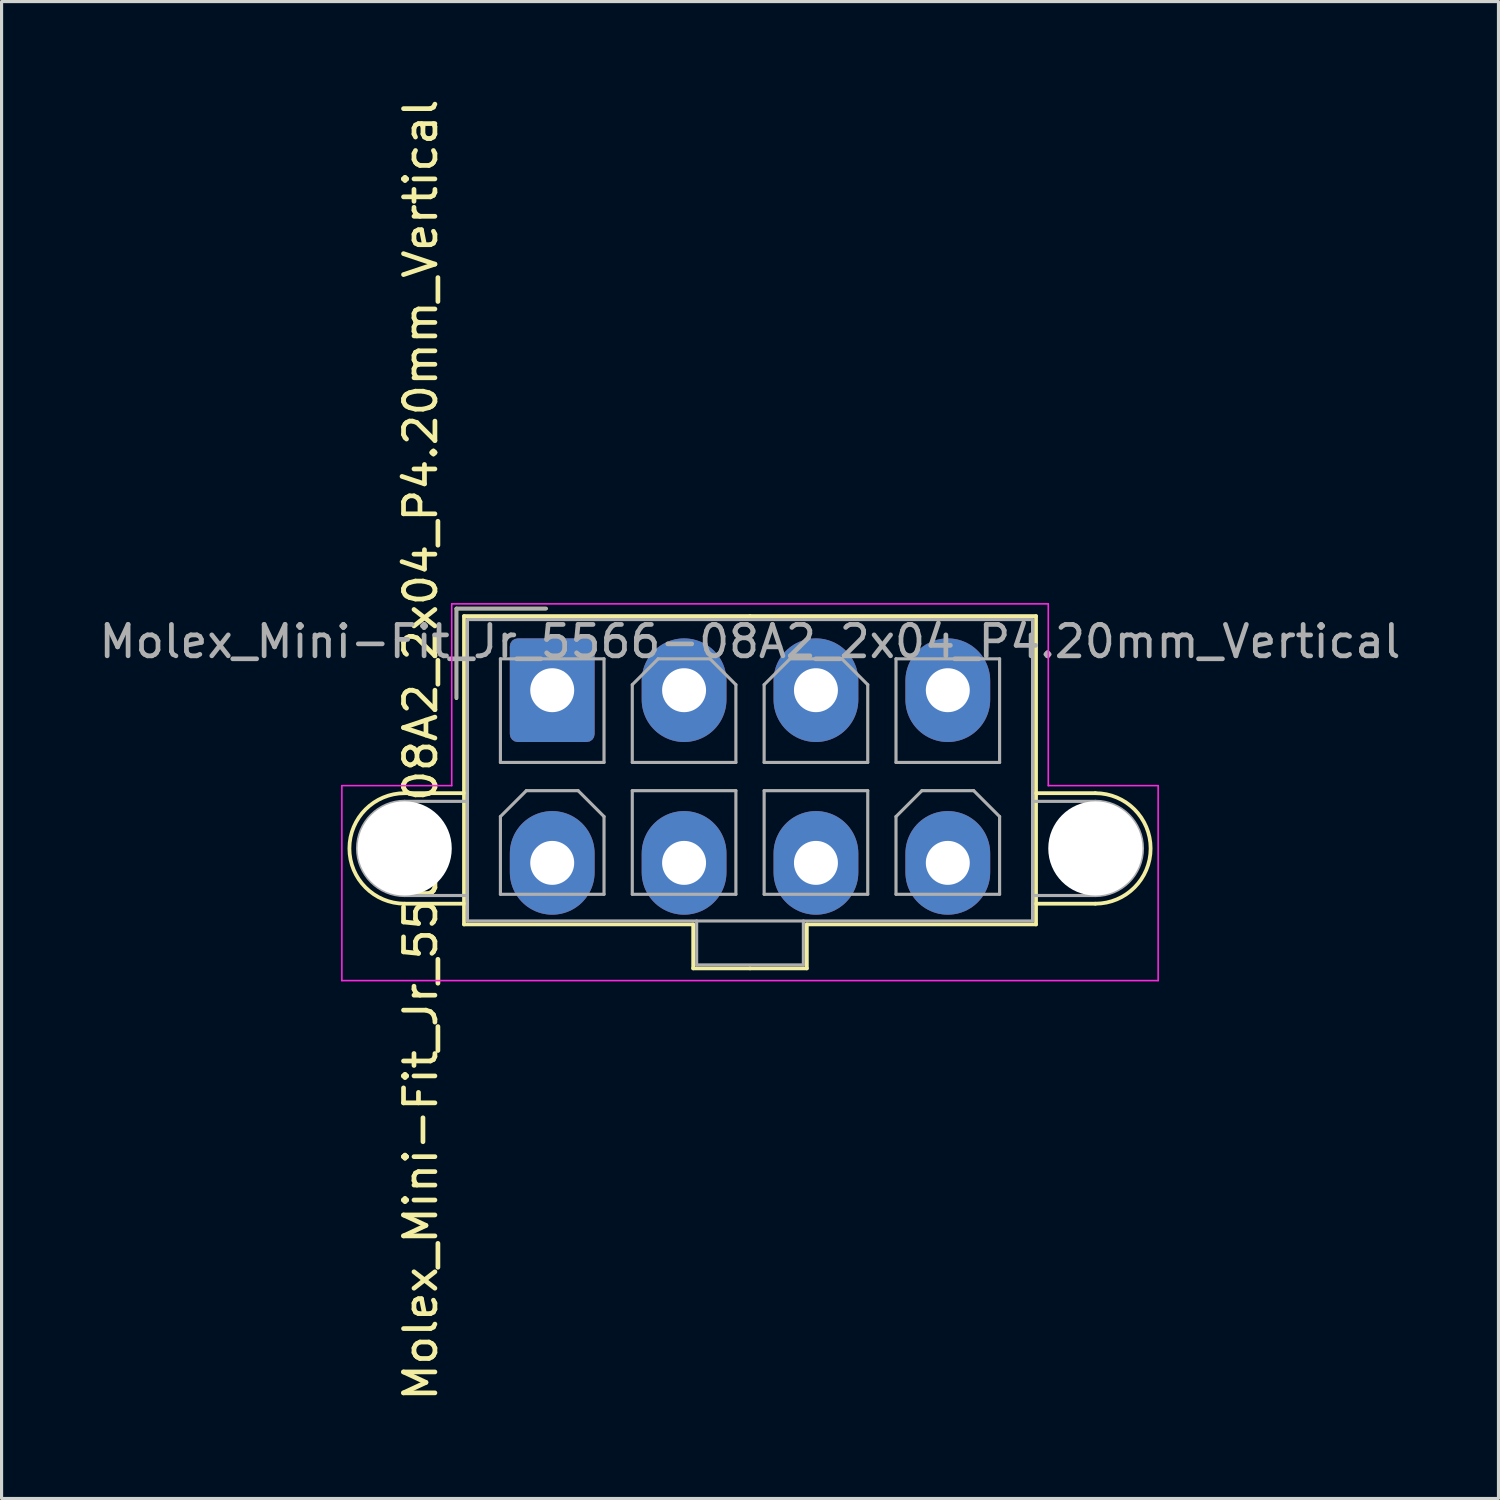
<source format=kicad_pcb>
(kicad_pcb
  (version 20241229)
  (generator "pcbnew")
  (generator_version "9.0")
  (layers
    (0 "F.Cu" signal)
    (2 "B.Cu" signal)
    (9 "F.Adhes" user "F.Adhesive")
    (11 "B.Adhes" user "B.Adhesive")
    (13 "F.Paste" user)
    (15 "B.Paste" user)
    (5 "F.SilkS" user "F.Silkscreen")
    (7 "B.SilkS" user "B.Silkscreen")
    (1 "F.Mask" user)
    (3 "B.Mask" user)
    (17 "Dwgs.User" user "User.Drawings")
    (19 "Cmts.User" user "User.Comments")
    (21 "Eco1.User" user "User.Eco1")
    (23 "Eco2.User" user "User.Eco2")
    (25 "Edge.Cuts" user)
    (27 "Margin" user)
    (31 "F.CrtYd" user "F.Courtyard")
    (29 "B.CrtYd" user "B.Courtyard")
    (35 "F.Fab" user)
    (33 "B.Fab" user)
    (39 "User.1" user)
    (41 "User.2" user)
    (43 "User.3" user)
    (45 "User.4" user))
  (footprint "Molex_Mini-Fit_Jr_5566-08A2_2x04_P4.20mm_Vertical"
    (layer "F.Cu")
    (at 14.539 18.934)
    (property "Reference" "Molex_Mini-Fit_Jr_5566-08A2_2x04_P4.20mm_Vertical" (at -4.191 1.905 90) (layer "F.SilkS") (effects (font (size 1 1) (thickness 0.15))))
    (attr through_hole)
    (fp_line (start -4.7 3.28) (end -2.81 3.28) (stroke (width 0.12) (type solid)) (layer "F.SilkS"))
    (fp_line (start -4.7 6.8) (end -2.81 6.8) (stroke (width 0.12) (type solid)) (layer "F.SilkS"))
    (fp_line (start -3.05 -2.6) (end -3.05 0.25) (stroke (width 0.12) (type solid)) (layer "F.SilkS"))
    (fp_line (start -2.81 -2.36) (end -2.81 7.46) (stroke (width 0.12) (type solid)) (layer "F.SilkS"))
    (fp_line (start -2.81 7.46) (end 4.49 7.46) (stroke (width 0.12) (type solid)) (layer "F.SilkS"))
    (fp_line (start -0.2 -2.6) (end -3.05 -2.6) (stroke (width 0.12) (type solid)) (layer "F.SilkS"))
    (fp_line (start 4.49 7.46) (end 4.49 8.86) (stroke (width 0.12) (type solid)) (layer "F.SilkS"))
    (fp_line (start 4.49 8.86) (end 6.3 8.86) (stroke (width 0.12) (type solid)) (layer "F.SilkS"))
    (fp_line (start 6.3 -2.36) (end -2.81 -2.36) (stroke (width 0.12) (type solid)) (layer "F.SilkS"))
    (fp_line (start 6.3 -2.36) (end 15.41 -2.36) (stroke (width 0.12) (type solid)) (layer "F.SilkS"))
    (fp_line (start 8.11 7.46) (end 8.11 8.86) (stroke (width 0.12) (type solid)) (layer "F.SilkS"))
    (fp_line (start 8.11 8.86) (end 6.3 8.86) (stroke (width 0.12) (type solid)) (layer "F.SilkS"))
    (fp_line (start 15.41 -2.36) (end 15.41 7.46) (stroke (width 0.12) (type solid)) (layer "F.SilkS"))
    (fp_line (start 15.41 7.46) (end 8.11 7.46) (stroke (width 0.12) (type solid)) (layer "F.SilkS"))
    (fp_line (start 17.3 3.28) (end 15.41 3.28) (stroke (width 0.12) (type solid)) (layer "F.SilkS"))
    (fp_line (start 17.3 6.8) (end 15.41 6.8) (stroke (width 0.12) (type solid)) (layer "F.SilkS"))
    (fp_arc (start -4.7 6.8) (mid -6.46 5.04) (end -4.7 3.28) (stroke (width 0.12) (type solid)) (layer "F.SilkS"))
    (fp_arc (start 17.3 3.28) (mid 19.06 5.04) (end 17.3 6.8) (stroke (width 0.12) (type solid)) (layer "F.SilkS"))
    (fp_line (start -6.7 3.04) (end -6.7 9.25) (stroke (width 0.05) (type solid)) (layer "F.CrtYd"))
    (fp_line (start -6.7 9.25) (end 19.3 9.25) (stroke (width 0.05) (type solid)) (layer "F.CrtYd"))
    (fp_line (start -3.2 -2.75) (end -3.2 3.04) (stroke (width 0.05) (type solid)) (layer "F.CrtYd"))
    (fp_line (start -3.2 3.04) (end -6.7 3.04) (stroke (width 0.05) (type solid)) (layer "F.CrtYd"))
    (fp_line (start 15.8 -2.75) (end -3.2 -2.75) (stroke (width 0.05) (type solid)) (layer "F.CrtYd"))
    (fp_line (start 15.8 3.04) (end 15.8 -2.75) (stroke (width 0.05) (type solid)) (layer "F.CrtYd"))
    (fp_line (start 19.3 3.04) (end 15.8 3.04) (stroke (width 0.05) (type solid)) (layer "F.CrtYd"))
    (fp_line (start 19.3 9.25) (end 19.3 3.04) (stroke (width 0.05) (type solid)) (layer "F.CrtYd"))
    (fp_line (start -4.7 3.54) (end -2.7 3.54) (stroke (width 0.1) (type solid)) (layer "F.Fab"))
    (fp_line (start -4.7 6.54) (end -2.7 6.54) (stroke (width 0.1) (type solid)) (layer "F.Fab"))
    (fp_line (start -3.05 -2.6) (end -3.05 0.25) (stroke (width 0.1) (type solid)) (layer "F.Fab"))
    (fp_line (start -2.7 -2.25) (end -2.7 7.35) (stroke (width 0.1) (type solid)) (layer "F.Fab"))
    (fp_line (start -2.7 7.35) (end 15.3 7.35) (stroke (width 0.1) (type solid)) (layer "F.Fab"))
    (fp_line (start -1.65 -1) (end -1.65 2.3) (stroke (width 0.1) (type solid)) (layer "F.Fab"))
    (fp_line (start -1.65 2.3) (end 1.65 2.3) (stroke (width 0.1) (type solid)) (layer "F.Fab"))
    (fp_line (start -1.65 4.025) (end -0.825 3.2) (stroke (width 0.1) (type solid)) (layer "F.Fab"))
    (fp_line (start -1.65 6.5) (end -1.65 4.025) (stroke (width 0.1) (type solid)) (layer "F.Fab"))
    (fp_line (start -0.825 3.2) (end 0.825 3.2) (stroke (width 0.1) (type solid)) (layer "F.Fab"))
    (fp_line (start -0.2 -2.6) (end -3.05 -2.6) (stroke (width 0.1) (type solid)) (layer "F.Fab"))
    (fp_line (start 0.825 3.2) (end 1.65 4.025) (stroke (width 0.1) (type solid)) (layer "F.Fab"))
    (fp_line (start 1.65 -1) (end -1.65 -1) (stroke (width 0.1) (type solid)) (layer "F.Fab"))
    (fp_line (start 1.65 2.3) (end 1.65 -1) (stroke (width 0.1) (type solid)) (layer "F.Fab"))
    (fp_line (start 1.65 4.025) (end 1.65 6.5) (stroke (width 0.1) (type solid)) (layer "F.Fab"))
    (fp_line (start 1.65 6.5) (end -1.65 6.5) (stroke (width 0.1) (type solid)) (layer "F.Fab"))
    (fp_line (start 2.55 -0.175) (end 3.375 -1) (stroke (width 0.1) (type solid)) (layer "F.Fab"))
    (fp_line (start 2.55 2.3) (end 2.55 -0.175) (stroke (width 0.1) (type solid)) (layer "F.Fab"))
    (fp_line (start 2.55 3.2) (end 2.55 6.5) (stroke (width 0.1) (type solid)) (layer "F.Fab"))
    (fp_line (start 2.55 6.5) (end 5.85 6.5) (stroke (width 0.1) (type solid)) (layer "F.Fab"))
    (fp_line (start 3.375 -1) (end 5.025 -1) (stroke (width 0.1) (type solid)) (layer "F.Fab"))
    (fp_line (start 4.6 7.35) (end 4.6 8.75) (stroke (width 0.1) (type solid)) (layer "F.Fab"))
    (fp_line (start 4.6 8.75) (end 8 8.75) (stroke (width 0.1) (type solid)) (layer "F.Fab"))
    (fp_line (start 5.025 -1) (end 5.85 -0.175) (stroke (width 0.1) (type solid)) (layer "F.Fab"))
    (fp_line (start 5.85 -0.175) (end 5.85 2.3) (stroke (width 0.1) (type solid)) (layer "F.Fab"))
    (fp_line (start 5.85 2.3) (end 2.55 2.3) (stroke (width 0.1) (type solid)) (layer "F.Fab"))
    (fp_line (start 5.85 3.2) (end 2.55 3.2) (stroke (width 0.1) (type solid)) (layer "F.Fab"))
    (fp_line (start 5.85 6.5) (end 5.85 3.2) (stroke (width 0.1) (type solid)) (layer "F.Fab"))
    (fp_line (start 6.75 -0.175) (end 7.575 -1) (stroke (width 0.1) (type solid)) (layer "F.Fab"))
    (fp_line (start 6.75 2.3) (end 6.75 -0.175) (stroke (width 0.1) (type solid)) (layer "F.Fab"))
    (fp_line (start 6.75 3.2) (end 6.75 6.5) (stroke (width 0.1) (type solid)) (layer "F.Fab"))
    (fp_line (start 6.75 6.5) (end 10.05 6.5) (stroke (width 0.1) (type solid)) (layer "F.Fab"))
    (fp_line (start 7.575 -1) (end 9.225 -1) (stroke (width 0.1) (type solid)) (layer "F.Fab"))
    (fp_line (start 8 8.75) (end 8 7.35) (stroke (width 0.1) (type solid)) (layer "F.Fab"))
    (fp_line (start 9.225 -1) (end 10.05 -0.175) (stroke (width 0.1) (type solid)) (layer "F.Fab"))
    (fp_line (start 10.05 -0.175) (end 10.05 2.3) (stroke (width 0.1) (type solid)) (layer "F.Fab"))
    (fp_line (start 10.05 2.3) (end 6.75 2.3) (stroke (width 0.1) (type solid)) (layer "F.Fab"))
    (fp_line (start 10.05 3.2) (end 6.75 3.2) (stroke (width 0.1) (type solid)) (layer "F.Fab"))
    (fp_line (start 10.05 6.5) (end 10.05 3.2) (stroke (width 0.1) (type solid)) (layer "F.Fab"))
    (fp_line (start 10.95 -1) (end 10.95 2.3) (stroke (width 0.1) (type solid)) (layer "F.Fab"))
    (fp_line (start 10.95 2.3) (end 14.25 2.3) (stroke (width 0.1) (type solid)) (layer "F.Fab"))
    (fp_line (start 10.95 4.025) (end 11.775 3.2) (stroke (width 0.1) (type solid)) (layer "F.Fab"))
    (fp_line (start 10.95 6.5) (end 10.95 4.025) (stroke (width 0.1) (type solid)) (layer "F.Fab"))
    (fp_line (start 11.775 3.2) (end 13.425 3.2) (stroke (width 0.1) (type solid)) (layer "F.Fab"))
    (fp_line (start 13.425 3.2) (end 14.25 4.025) (stroke (width 0.1) (type solid)) (layer "F.Fab"))
    (fp_line (start 14.25 -1) (end 10.95 -1) (stroke (width 0.1) (type solid)) (layer "F.Fab"))
    (fp_line (start 14.25 2.3) (end 14.25 -1) (stroke (width 0.1) (type solid)) (layer "F.Fab"))
    (fp_line (start 14.25 4.025) (end 14.25 6.5) (stroke (width 0.1) (type solid)) (layer "F.Fab"))
    (fp_line (start 14.25 6.5) (end 10.95 6.5) (stroke (width 0.1) (type solid)) (layer "F.Fab"))
    (fp_line (start 15.3 -2.25) (end -2.7 -2.25) (stroke (width 0.1) (type solid)) (layer "F.Fab"))
    (fp_line (start 15.3 7.35) (end 15.3 -2.25) (stroke (width 0.1) (type solid)) (layer "F.Fab"))
    (fp_line (start 17.3 3.54) (end 15.3 3.54) (stroke (width 0.1) (type solid)) (layer "F.Fab"))
    (fp_line (start 17.3 6.54) (end 15.3 6.54) (stroke (width 0.1) (type solid)) (layer "F.Fab"))
    (fp_arc (start -4.7 6.54) (mid -6.2 5.04) (end -4.7 3.54) (stroke (width 0.1) (type solid)) (layer "F.Fab"))
    (fp_arc (start 17.3 3.54) (mid 18.8 5.04) (end 17.3 6.54) (stroke (width 0.1) (type solid)) (layer "F.Fab"))
    (fp_text user "${REFERENCE}" (at 6.3 -1.55 180) (layer "F.Fab") (effects (font (size 1 1) (thickness 0.15))))
    (pad "" np_thru_hole circle (at -4.7 5.04) (size 3 3) (drill 3) (layers "*.Cu" "*.Mask"))
    (pad "" np_thru_hole circle (at 17.3 5.04) (size 3 3) (drill 3) (layers "*.Cu" "*.Mask"))
    (pad "1" thru_hole roundrect (at 0 0) (size 2.7 3.3) (drill 1.4) (layers "*.Cu" "*.Mask") (roundrect_rratio 0.093))
    (pad "2" thru_hole oval (at 4.2 0) (size 2.7 3.3) (drill 1.4) (layers "*.Cu" "*.Mask"))
    (pad "3" thru_hole oval (at 8.4 0) (size 2.7 3.3) (drill 1.4) (layers "*.Cu" "*.Mask"))
    (pad "4" thru_hole oval (at 12.6 0) (size 2.7 3.3) (drill 1.4) (layers "*.Cu" "*.Mask"))
    (pad "5" thru_hole oval (at 0 5.5) (size 2.7 3.3) (drill 1.4) (layers "*.Cu" "*.Mask"))
    (pad "6" thru_hole oval (at 4.2 5.5) (size 2.7 3.3) (drill 1.4) (layers "*.Cu" "*.Mask"))
    (pad "7" thru_hole oval (at 8.4 5.5) (size 2.7 3.3) (drill 1.4) (layers "*.Cu" "*.Mask"))
    (pad "8" thru_hole oval (at 12.6 5.5) (size 2.7 3.3) (drill 1.4) (layers "*.Cu" "*.Mask")))
  (gr_rect
    (start -3 -3)
    (end 44.679 44.679)
    (stroke (width 0.1) (type default))
    (fill no)
    (layer "Edge.Cuts")))
</source>
